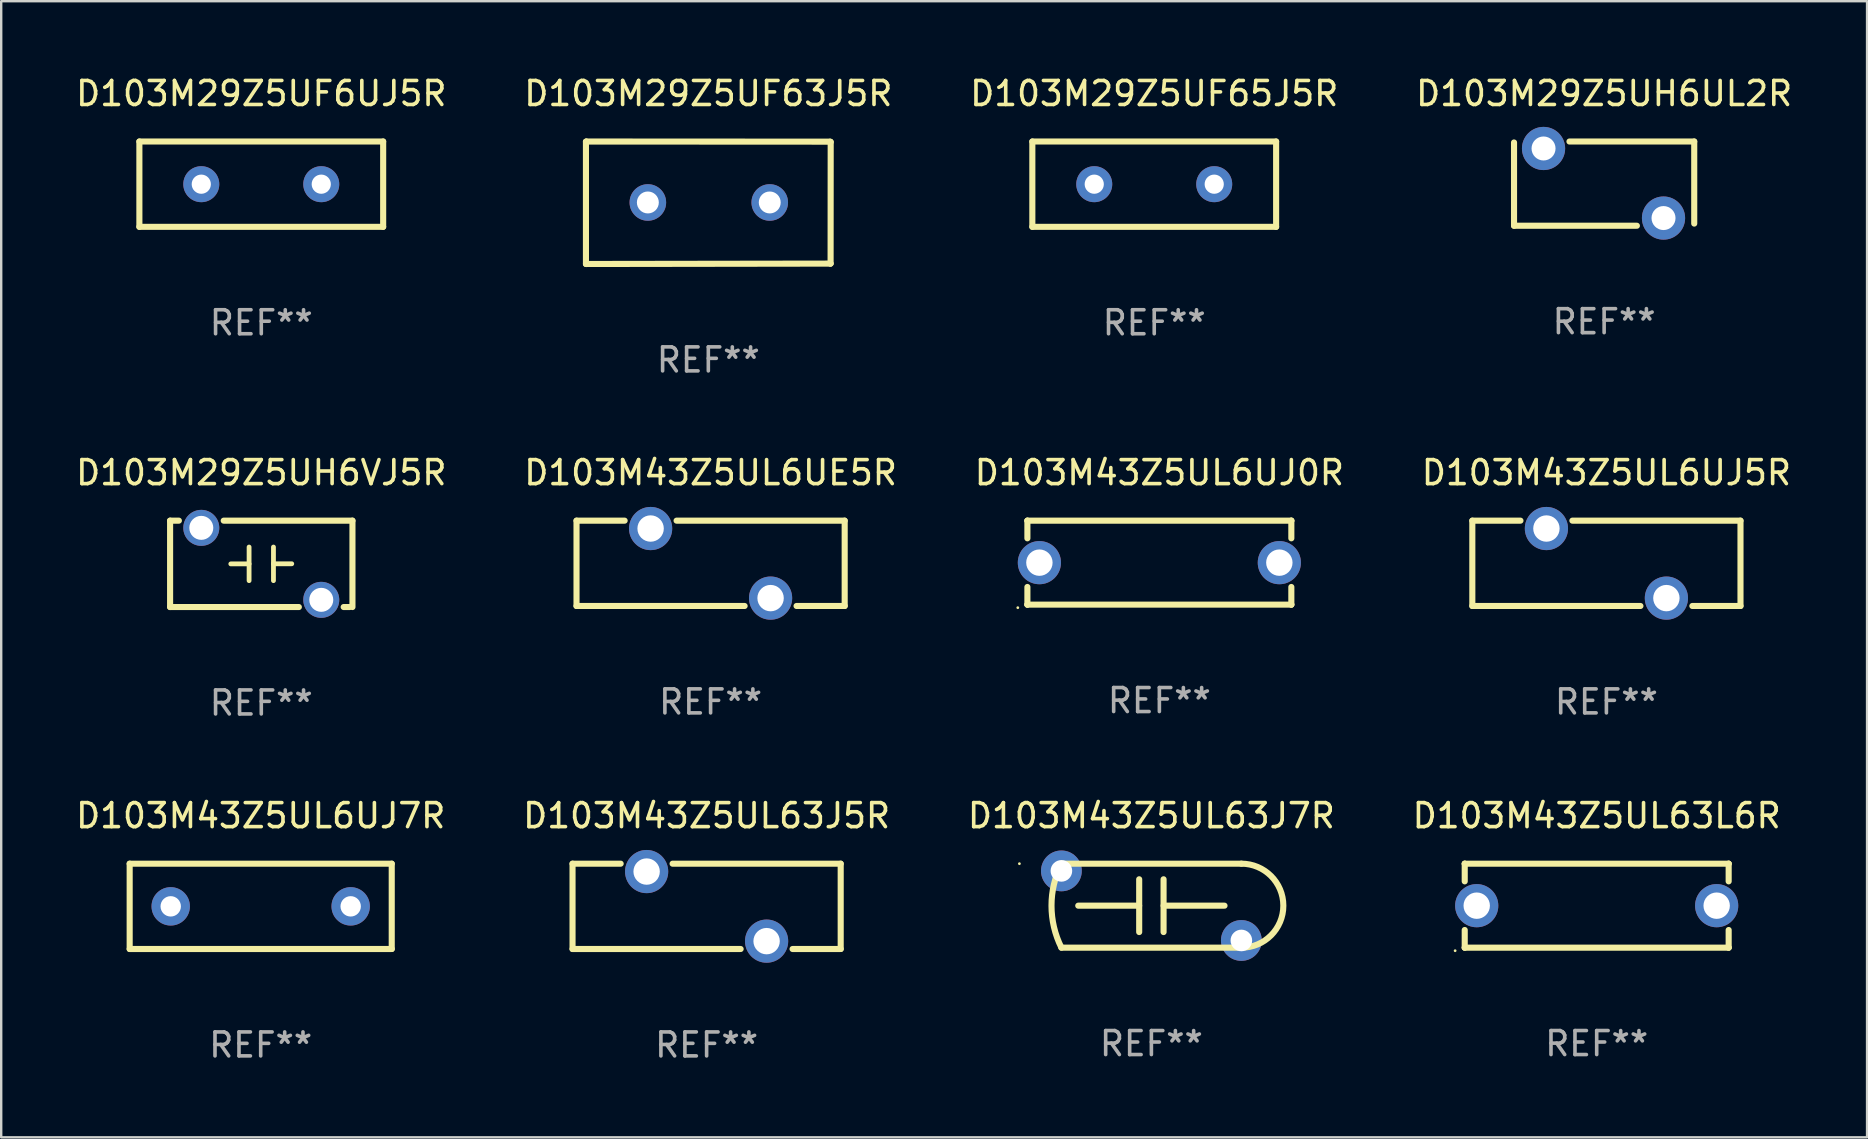
<source format=kicad_pcb>
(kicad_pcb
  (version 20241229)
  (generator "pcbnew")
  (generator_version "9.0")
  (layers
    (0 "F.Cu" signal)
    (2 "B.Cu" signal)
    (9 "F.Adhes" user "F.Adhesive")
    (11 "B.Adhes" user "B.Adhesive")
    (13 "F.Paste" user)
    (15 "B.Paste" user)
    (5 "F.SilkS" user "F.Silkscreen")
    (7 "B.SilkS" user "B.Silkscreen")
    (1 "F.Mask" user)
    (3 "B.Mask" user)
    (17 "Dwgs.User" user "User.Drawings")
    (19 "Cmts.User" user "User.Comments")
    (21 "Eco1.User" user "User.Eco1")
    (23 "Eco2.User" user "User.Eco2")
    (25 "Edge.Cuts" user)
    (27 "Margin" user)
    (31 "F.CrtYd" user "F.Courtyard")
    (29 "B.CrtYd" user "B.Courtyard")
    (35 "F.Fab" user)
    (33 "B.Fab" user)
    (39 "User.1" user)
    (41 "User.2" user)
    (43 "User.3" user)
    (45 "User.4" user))
  (footprint "D103M29Z5UF63J5R"
    (layer "F.Cu")
    (at 26.47 5.4)
    (property "Reference" "D103M29Z5UF63J5R" (at 0 -4.552 0) (layer "F.SilkS") (effects (font (size 1 1) (thickness 0.15))))
    (attr through_hole)
    (fp_line (start -5.1 -2.546) (end -5.083 -2.552) (stroke (width 0.254) (type solid)) (layer "F.SilkS"))
    (fp_line (start -5.1 2.552) (end -5.1 -2.546) (stroke (width 0.254) (type solid)) (layer "F.SilkS"))
    (fp_line (start -5.08 -2.552) (end 5.078 -2.546) (stroke (width 0.254) (type solid)) (layer "F.SilkS"))
    (fp_line (start 5.078 -2.546) (end 5.1 -2.532) (stroke (width 0.254) (type solid)) (layer "F.SilkS"))
    (fp_line (start 5.087 2.536) (end -5.1 2.552) (stroke (width 0.254) (type solid)) (layer "F.SilkS"))
    (fp_line (start 5.096 2.534) (end 5.087 2.536) (stroke (width 0.254) (type solid)) (layer "F.SilkS"))
    (fp_line (start 5.1 -2.532) (end 5.096 2.534) (stroke (width 0.254) (type solid)) (layer "F.SilkS"))
    (fp_circle (center -5.08 2.528) (end -5.05 2.528) (stroke (width 0.06) (type solid)) (fill no) (layer "F.SilkS"))
    (fp_text user "REF**" (at 0 6.552 0) (layer "F.Fab") (effects (font (size 1 1) (thickness 0.15))))
    (pad "1" thru_hole circle (at -2.52 -0.012) (size 1.524 1.524) (drill 0.914) (layers "*.Cu" "*.Mask"))
    (pad "2" thru_hole circle (at 2.56 -0.012) (size 1.524 1.524) (drill 0.914) (layers "*.Cu" "*.Mask")))
  (footprint "D103M43Z5UL63J7R"
    (layer "F.Cu")
    (at 44.935 34.695)
    (property "Reference" "D103M43Z5UL63J7R" (at 0 -3.75 0) (layer "F.SilkS") (effects (font (size 1 1) (thickness 0.15))))
    (attr through_hole)
    (fp_line (start -3.75 -1.75) (end 3.75 -1.75) (stroke (width 0.254) (type solid)) (layer "F.SilkS"))
    (fp_line (start -0.51 0) (end -3.048 0) (stroke (width 0.254) (type solid)) (layer "F.SilkS"))
    (fp_line (start -0.508 -1.1) (end -0.508 1.1) (stroke (width 0.254) (type solid)) (layer "F.SilkS"))
    (fp_line (start 0.508 1.1) (end 0.508 -1.1) (stroke (width 0.254) (type solid)) (layer "F.SilkS"))
    (fp_line (start 0.51 0) (end 3.048 0) (stroke (width 0.254) (type solid)) (layer "F.SilkS"))
    (fp_line (start 3.75 1.75) (end -3.75 1.75) (stroke (width 0.254) (type solid)) (layer "F.SilkS"))
    (fp_arc (start -3.749048 1.750063) (mid -4.162505 0.000139) (end -3.750013 -1.750013) (stroke (width 0.254001) (type solid)) (layer "F.SilkS"))
    (fp_arc (start 3.749046 -1.750063) (mid 5.499085 -0.000508) (end 3.750013 1.750013) (stroke (width 0.254001) (type solid)) (layer "F.SilkS"))
    (fp_circle (center -5.5 -1.75) (end -5.47 -1.75) (stroke (width 0.06) (type solid)) (fill no) (layer "F.SilkS"))
    (fp_text user "REF**" (at 0 5.75 0) (layer "F.Fab") (effects (font (size 1 1) (thickness 0.15))))
    (pad "1" thru_hole circle (at -3.75 -1.45) (size 1.7 1.7) (drill 0.9) (layers "*.Cu" "*.Mask"))
    (pad "2" thru_hole circle (at 3.75 1.45) (size 1.7 1.7) (drill 0.9) (layers "*.Cu" "*.Mask")))
  (footprint "D103M29Z5UH6VJ5R"
    (layer "F.Cu")
    (at 7.839 20.449)
    (property "Reference" "D103M29Z5UH6VJ5R" (at 0 -3.8 0) (layer "F.SilkS") (effects (font (size 1 1) (thickness 0.15))))
    (attr through_hole)
    (fp_line (start -3.8 -1.8) (end -3.8 1.8) (stroke (width 0.254) (type solid)) (layer "F.SilkS"))
    (fp_line (start -3.8 -1.8) (end -3.434 -1.8) (stroke (width 0.254) (type solid)) (layer "F.SilkS"))
    (fp_line (start -3.8 1.8) (end 1.566 1.8) (stroke (width 0.254) (type solid)) (layer "F.SilkS"))
    (fp_line (start -1.566 -1.8) (end 3.8 -1.8) (stroke (width 0.254) (type solid)) (layer "F.SilkS"))
    (fp_line (start -0.508 -0.7) (end -0.508 0.7) (stroke (width 0.2) (type solid)) (layer "F.SilkS"))
    (fp_line (start -0.508 0.002) (end -1.27 0.002) (stroke (width 0.2) (type solid)) (layer "F.SilkS"))
    (fp_line (start 0.508 -0.003) (end 1.27 -0.003) (stroke (width 0.2) (type solid)) (layer "F.SilkS"))
    (fp_line (start 0.508 0.7) (end 0.508 -0.7) (stroke (width 0.2) (type solid)) (layer "F.SilkS"))
    (fp_line (start 3.434 1.8) (end 3.683 1.8) (stroke (width 0.254) (type solid)) (layer "F.SilkS"))
    (fp_line (start 3.8 -1.8) (end 3.8 1.8) (stroke (width 0.254) (type solid)) (layer "F.SilkS"))
    (fp_circle (center -3.75 -1.8) (end -3.72 -1.8) (stroke (width 0.06) (type solid)) (fill no) (layer "F.SilkS"))
    (fp_text user "REF**" (at 0 5.8 0) (layer "F.Fab") (effects (font (size 1 1) (thickness 0.15))))
    (pad "1" thru_hole circle (at -2.5 -1.5) (size 1.5 1.5) (drill 1) (layers "*.Cu" "*.Mask"))
    (pad "2" thru_hole circle (at 2.5 1.5) (size 1.5 1.5) (drill 1) (layers "*.Cu" "*.Mask")))
  (footprint "D103M29Z5UF6UJ5R"
    (layer "F.Cu")
    (at 7.839 4.626)
    (property "Reference" "D103M29Z5UF6UJ5R" (at 0 -3.778 0) (layer "F.SilkS") (effects (font (size 1 1) (thickness 0.15))))
    (attr through_hole)
    (fp_line (start -5.08 -1.778) (end 5.08 -1.778) (stroke (width 0.254) (type solid)) (layer "F.SilkS"))
    (fp_line (start -5.08 1.778) (end -5.08 -1.778) (stroke (width 0.254) (type solid)) (layer "F.SilkS"))
    (fp_line (start 5.08 -1.778) (end 5.08 1.778) (stroke (width 0.254) (type solid)) (layer "F.SilkS"))
    (fp_line (start 5.08 1.778) (end -5.08 1.778) (stroke (width 0.254) (type solid)) (layer "F.SilkS"))
    (fp_circle (center -5 1.75) (end -4.97 1.75) (stroke (width 0.06) (type solid)) (fill no) (layer "F.SilkS"))
    (fp_text user "REF**" (at 0 5.778 0) (layer "F.Fab") (effects (font (size 1 1) (thickness 0.15))))
    (pad "1" thru_hole circle (at -2.5 0) (size 1.5 1.5) (drill 0.8) (layers "*.Cu" "*.Mask"))
    (pad "2" thru_hole circle (at 2.5 0) (size 1.5 1.5) (drill 0.8) (layers "*.Cu" "*.Mask")))
  (footprint "D103M43Z5UL6UE5R"
    (layer "F.Cu")
    (at 26.565 20.427)
    (property "Reference" "D103M43Z5UL6UE5R" (at 0 -3.778 0) (layer "F.SilkS") (effects (font (size 1 1) (thickness 0.15))))
    (attr through_hole)
    (fp_line (start -5.588 -1.778) (end -3.582 -1.778) (stroke (width 0.254) (type solid)) (layer "F.SilkS"))
    (fp_line (start -5.588 1.778) (end -5.588 -1.778) (stroke (width 0.254) (type solid)) (layer "F.SilkS"))
    (fp_line (start -1.418 -1.778) (end 5.588 -1.778) (stroke (width 0.254) (type solid)) (layer "F.SilkS"))
    (fp_line (start 1.418 1.778) (end -5.588 1.778) (stroke (width 0.254) (type solid)) (layer "F.SilkS"))
    (fp_line (start 5.588 -1.778) (end 5.588 1.778) (stroke (width 0.254) (type solid)) (layer "F.SilkS"))
    (fp_line (start 5.588 1.778) (end 3.582 1.778) (stroke (width 0.254) (type solid)) (layer "F.SilkS"))
    (fp_circle (center -5.5 -1.75) (end -5.47 -1.75) (stroke (width 0.06) (type solid)) (fill no) (layer "F.SilkS"))
    (fp_text user "REF**" (at 0 5.778 0) (layer "F.Fab") (effects (font (size 1 1) (thickness 0.15))))
    (pad "1" thru_hole circle (at -2.5 -1.45) (size 1.8 1.8) (drill 1.1) (layers "*.Cu" "*.Mask"))
    (pad "2" thru_hole circle (at 2.5 1.45) (size 1.8 1.8) (drill 1.1) (layers "*.Cu" "*.Mask")))
  (footprint "D103M43Z5UL63J5R"
    (layer "F.Cu")
    (at 26.399 34.723)
    (property "Reference" "D103M43Z5UL63J5R" (at 0 -3.778 0) (layer "F.SilkS") (effects (font (size 1 1) (thickness 0.15))))
    (attr through_hole)
    (fp_line (start -5.588 -1.778) (end -3.582 -1.778) (stroke (width 0.254) (type solid)) (layer "F.SilkS"))
    (fp_line (start -5.588 1.778) (end -5.588 -1.778) (stroke (width 0.254) (type solid)) (layer "F.SilkS"))
    (fp_line (start -1.418 -1.778) (end 5.588 -1.778) (stroke (width 0.254) (type solid)) (layer "F.SilkS"))
    (fp_line (start 1.418 1.778) (end -5.588 1.778) (stroke (width 0.254) (type solid)) (layer "F.SilkS"))
    (fp_line (start 5.588 -1.778) (end 5.588 1.778) (stroke (width 0.254) (type solid)) (layer "F.SilkS"))
    (fp_line (start 5.588 1.778) (end 3.582 1.778) (stroke (width 0.254) (type solid)) (layer "F.SilkS"))
    (fp_circle (center -5.5 -1.75) (end -5.47 -1.75) (stroke (width 0.06) (type solid)) (fill no) (layer "F.SilkS"))
    (fp_text user "REF**" (at 0 5.778 0) (layer "F.Fab") (effects (font (size 1 1) (thickness 0.15))))
    (pad "1" thru_hole circle (at -2.5 -1.45) (size 1.8 1.8) (drill 1.1) (layers "*.Cu" "*.Mask"))
    (pad "2" thru_hole circle (at 2.5 1.45) (size 1.8 1.8) (drill 1.1) (layers "*.Cu" "*.Mask")))
  (footprint "D103M29Z5UH6UL2R"
    (layer "F.Cu")
    (at 63.804 4.603)
    (property "Reference" "D103M29Z5UH6UL2R" (at 0 -3.755 0) (layer "F.SilkS") (effects (font (size 1 1) (thickness 0.15))))
    (attr through_hole)
    (fp_line (start -3.755 1.755) (end -3.755 -1.715) (stroke (width 0.254) (type solid)) (layer "F.SilkS"))
    (fp_line (start -3.755 1.755) (end 1.365 1.755) (stroke (width 0.254) (type solid)) (layer "F.SilkS"))
    (fp_line (start -1.445 -1.755) (end 3.755 -1.755) (stroke (width 0.254) (type solid)) (layer "F.SilkS"))
    (fp_line (start 3.755 -1.755) (end 3.755 1.665) (stroke (width 0.254) (type solid)) (layer "F.SilkS"))
    (fp_circle (center -3.775 -1.765) (end -3.745 -1.765) (stroke (width 0.06) (type solid)) (fill no) (layer "F.SilkS"))
    (fp_text user "REF**" (at 0 5.755 0) (layer "F.Fab") (effects (font (size 1 1) (thickness 0.15))))
    (pad "1" thru_hole circle (at -2.525 -1.465) (size 1.8 1.8) (drill 1) (layers "*.Cu" "*.Mask"))
    (pad "2" thru_hole circle (at 2.475 1.435) (size 1.8 1.8) (drill 1) (layers "*.Cu" "*.Mask")))
  (footprint "D103M43Z5UL6UJ0R"
    (layer "F.Cu")
    (at 45.268 20.399)
    (property "Reference" "D103M43Z5UL6UJ0R" (at 0 -3.75 0) (layer "F.SilkS") (effects (font (size 1 1) (thickness 0.15))))
    (attr through_hole)
    (fp_line (start -5.5 -1.75) (end -5.5 -1.75) (stroke (width 0.254) (type solid)) (layer "F.SilkS"))
    (fp_line (start -5.5 -1.75) (end -5.5 -1.014) (stroke (width 0.254) (type solid)) (layer "F.SilkS"))
    (fp_line (start -5.5 -1.75) (end 5.5 -1.75) (stroke (width 0.254) (type solid)) (layer "F.SilkS"))
    (fp_line (start -5.5 1.014) (end -5.5 1.75) (stroke (width 0.254) (type solid)) (layer "F.SilkS"))
    (fp_line (start -5.5 1.75) (end -5.5 1.75) (stroke (width 0.254) (type solid)) (layer "F.SilkS"))
    (fp_line (start 5.5 -1.75) (end 5.5 -1.75) (stroke (width 0.254) (type solid)) (layer "F.SilkS"))
    (fp_line (start 5.5 -1.75) (end 5.5 -1.014) (stroke (width 0.254) (type solid)) (layer "F.SilkS"))
    (fp_line (start 5.5 1.014) (end 5.5 1.75) (stroke (width 0.254) (type solid)) (layer "F.SilkS"))
    (fp_line (start 5.5 1.75) (end -5.5 1.75) (stroke (width 0.254) (type solid)) (layer "F.SilkS"))
    (fp_line (start 5.5 1.75) (end 5.5 1.75) (stroke (width 0.254) (type solid)) (layer "F.SilkS"))
    (fp_circle (center -5.9 1.877) (end -5.87 1.877) (stroke (width 0.06) (type solid)) (fill no) (layer "F.SilkS"))
    (fp_text user "REF**" (at 0 5.75 0) (layer "F.Fab") (effects (font (size 1 1) (thickness 0.15))))
    (pad "1" thru_hole circle (at -5 0) (size 1.8 1.8) (drill 1.1) (layers "*.Cu" "*.Mask"))
    (pad "2" thru_hole circle (at 5 0) (size 1.8 1.8) (drill 1.1) (layers "*.Cu" "*.Mask")))
  (footprint "D103M43Z5UL6UJ7R"
    (layer "F.Cu")
    (at 7.815 34.723)
    (property "Reference" "D103M43Z5UL6UJ7R" (at 0 -3.778 0) (layer "F.SilkS") (effects (font (size 1 1) (thickness 0.15))))
    (attr through_hole)
    (fp_line (start -5.461 -1.778) (end 5.461 -1.778) (stroke (width 0.254) (type solid)) (layer "F.SilkS"))
    (fp_line (start -5.461 1.778) (end -5.461 -1.778) (stroke (width 0.254) (type solid)) (layer "F.SilkS"))
    (fp_line (start 5.461 -1.778) (end 5.461 1.778) (stroke (width 0.254) (type solid)) (layer "F.SilkS"))
    (fp_line (start 5.461 1.778) (end -5.461 1.778) (stroke (width 0.254) (type solid)) (layer "F.SilkS"))
    (fp_circle (center -5.5 1.75) (end -5.47 1.75) (stroke (width 0.06) (type solid)) (fill no) (layer "F.SilkS"))
    (fp_text user "REF**" (at 0 5.778 0) (layer "F.Fab") (effects (font (size 1 1) (thickness 0.15))))
    (pad "1" thru_hole circle (at -3.75 0) (size 1.6 1.6) (drill 0.85) (layers "*.Cu" "*.Mask"))
    (pad "2" thru_hole circle (at 3.75 0) (size 1.6 1.6) (drill 0.85) (layers "*.Cu" "*.Mask")))
  (footprint "D103M43Z5UL6UJ5R"
    (layer "F.Cu")
    (at 63.899 20.427)
    (property "Reference" "D103M43Z5UL6UJ5R" (at 0 -3.778 0) (layer "F.SilkS") (effects (font (size 1 1) (thickness 0.15))))
    (attr through_hole)
    (fp_line (start -5.588 -1.778) (end -3.582 -1.778) (stroke (width 0.254) (type solid)) (layer "F.SilkS"))
    (fp_line (start -5.588 1.778) (end -5.588 -1.778) (stroke (width 0.254) (type solid)) (layer "F.SilkS"))
    (fp_line (start -1.418 -1.778) (end 5.588 -1.778) (stroke (width 0.254) (type solid)) (layer "F.SilkS"))
    (fp_line (start 1.418 1.778) (end -5.588 1.778) (stroke (width 0.254) (type solid)) (layer "F.SilkS"))
    (fp_line (start 5.588 -1.778) (end 5.588 1.778) (stroke (width 0.254) (type solid)) (layer "F.SilkS"))
    (fp_line (start 5.588 1.778) (end 3.582 1.778) (stroke (width 0.254) (type solid)) (layer "F.SilkS"))
    (fp_circle (center -5.5 -1.75) (end -5.47 -1.75) (stroke (width 0.06) (type solid)) (fill no) (layer "F.SilkS"))
    (fp_text user "REF**" (at 0 5.778 0) (layer "F.Fab") (effects (font (size 1 1) (thickness 0.15))))
    (pad "1" thru_hole circle (at -2.5 -1.45) (size 1.8 1.8) (drill 1.1) (layers "*.Cu" "*.Mask"))
    (pad "2" thru_hole circle (at 2.5 1.45) (size 1.8 1.8) (drill 1.1) (layers "*.Cu" "*.Mask")))
  (footprint "D103M43Z5UL63L6R"
    (layer "F.Cu")
    (at 63.494 34.695)
    (property "Reference" "D103M43Z5UL63L6R" (at 0 -3.75 0) (layer "F.SilkS") (effects (font (size 1 1) (thickness 0.15))))
    (attr through_hole)
    (fp_line (start -5.5 -1.75) (end -5.5 -1.75) (stroke (width 0.254) (type solid)) (layer "F.SilkS"))
    (fp_line (start -5.5 -1.75) (end -5.5 -1.014) (stroke (width 0.254) (type solid)) (layer "F.SilkS"))
    (fp_line (start -5.5 -1.75) (end 5.5 -1.75) (stroke (width 0.254) (type solid)) (layer "F.SilkS"))
    (fp_line (start -5.5 1.014) (end -5.5 1.75) (stroke (width 0.254) (type solid)) (layer "F.SilkS"))
    (fp_line (start -5.5 1.75) (end -5.5 1.75) (stroke (width 0.254) (type solid)) (layer "F.SilkS"))
    (fp_line (start 5.5 -1.75) (end 5.5 -1.75) (stroke (width 0.254) (type solid)) (layer "F.SilkS"))
    (fp_line (start 5.5 -1.75) (end 5.5 -1.014) (stroke (width 0.254) (type solid)) (layer "F.SilkS"))
    (fp_line (start 5.5 1.014) (end 5.5 1.75) (stroke (width 0.254) (type solid)) (layer "F.SilkS"))
    (fp_line (start 5.5 1.75) (end -5.5 1.75) (stroke (width 0.254) (type solid)) (layer "F.SilkS"))
    (fp_line (start 5.5 1.75) (end 5.5 1.75) (stroke (width 0.254) (type solid)) (layer "F.SilkS"))
    (fp_circle (center -5.9 1.877) (end -5.87 1.877) (stroke (width 0.06) (type solid)) (fill no) (layer "F.SilkS"))
    (fp_text user "REF**" (at 0 5.75 0) (layer "F.Fab") (effects (font (size 1 1) (thickness 0.15))))
    (pad "1" thru_hole circle (at -5 0) (size 1.8 1.8) (drill 1.1) (layers "*.Cu" "*.Mask"))
    (pad "2" thru_hole circle (at 5 0) (size 1.8 1.8) (drill 1.1) (layers "*.Cu" "*.Mask")))
  (footprint "D103M29Z5UF65J5R"
    (layer "F.Cu")
    (at 45.054 4.626)
    (property "Reference" "D103M29Z5UF65J5R" (at 0 -3.778 0) (layer "F.SilkS") (effects (font (size 1 1) (thickness 0.15))))
    (attr through_hole)
    (fp_line (start -5.08 -1.778) (end 5.08 -1.778) (stroke (width 0.254) (type solid)) (layer "F.SilkS"))
    (fp_line (start -5.08 1.778) (end -5.08 -1.778) (stroke (width 0.254) (type solid)) (layer "F.SilkS"))
    (fp_line (start 5.08 -1.778) (end 5.08 1.778) (stroke (width 0.254) (type solid)) (layer "F.SilkS"))
    (fp_line (start 5.08 1.778) (end -5.08 1.778) (stroke (width 0.254) (type solid)) (layer "F.SilkS"))
    (fp_circle (center -5 1.75) (end -4.97 1.75) (stroke (width 0.06) (type solid)) (fill no) (layer "F.SilkS"))
    (fp_text user "REF**" (at 0 5.778 0) (layer "F.Fab") (effects (font (size 1 1) (thickness 0.15))))
    (pad "1" thru_hole circle (at -2.5 0) (size 1.5 1.5) (drill 0.8) (layers "*.Cu" "*.Mask"))
    (pad "2" thru_hole circle (at 2.5 0) (size 1.5 1.5) (drill 0.8) (layers "*.Cu" "*.Mask")))
  (gr_rect
    (start -3 -3)
    (end 74.762 44.35)
    (stroke (width 0.1) (type default))
    (fill no)
    (layer "Edge.Cuts")))
</source>
